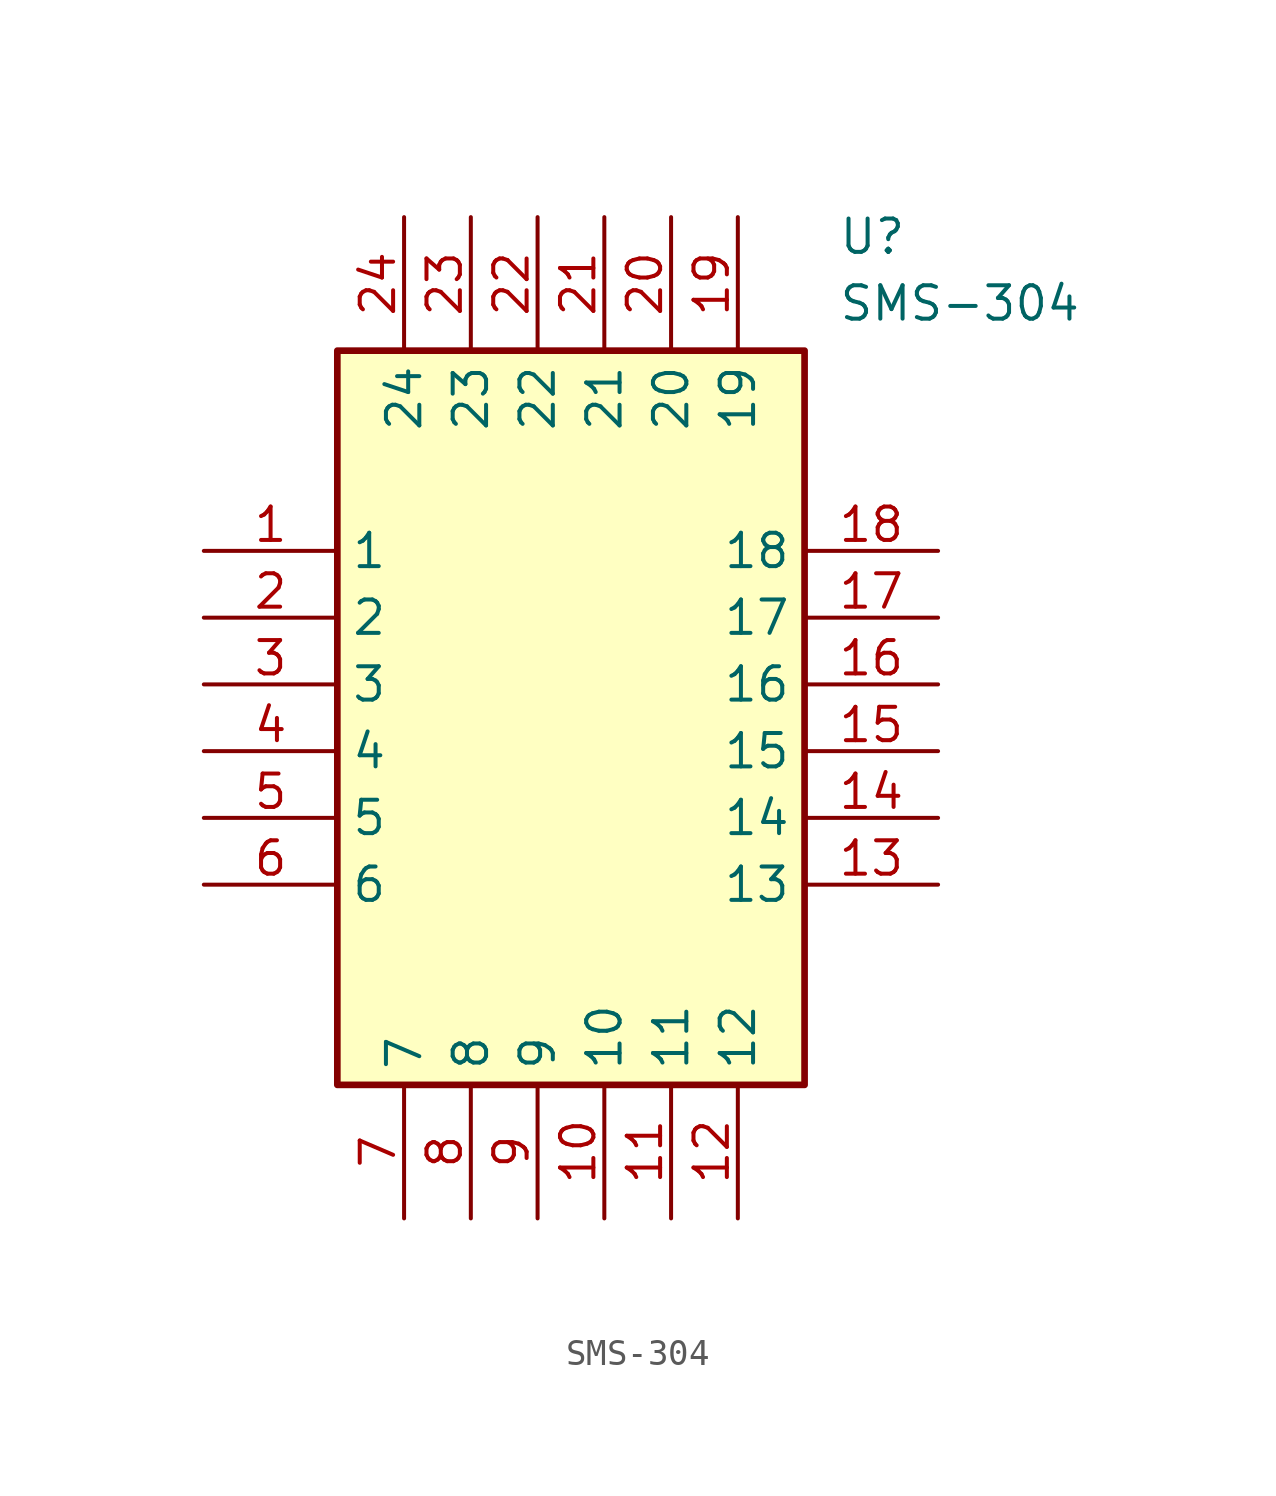
<source format=kicad_sym>
(kicad_symbol_lib
  (version 20211014)
  (generator SamacSys_ECAD_Model)
  (symbol "SMS-304"
    (property "Reference" "U"
      (at 24.13 12.7 0)
      (effects (font (size 1.27 1.27)) (justify left top)))
    (property "Value" "SMS-304"
      (at 24.13 10.16 0)
      (effects (font (size 1.27 1.27)) (justify left top)))
    (rectangle
      (start 5.08 7.62)
      (end 22.86 -20.32)
      (stroke (width 0.254) (type default))
      (fill (type background)))
    (pin passive line
      (at 0 0 0)
      (length 5.08)
      (name "1" (effects (font (size 1.27 1.27))))
      (number "1" (effects (font (size 1.27 1.27)))))
    (pin passive line
      (at 0 -2.54 0)
      (length 5.08)
      (name "2" (effects (font (size 1.27 1.27))))
      (number "2" (effects (font (size 1.27 1.27)))))
    (pin passive line
      (at 0 -5.08 0)
      (length 5.08)
      (name "3" (effects (font (size 1.27 1.27))))
      (number "3" (effects (font (size 1.27 1.27)))))
    (pin passive line
      (at 0 -7.62 0)
      (length 5.08)
      (name "4" (effects (font (size 1.27 1.27))))
      (number "4" (effects (font (size 1.27 1.27)))))
    (pin passive line
      (at 0 -10.16 0)
      (length 5.08)
      (name "5" (effects (font (size 1.27 1.27))))
      (number "5" (effects (font (size 1.27 1.27)))))
    (pin passive line
      (at 0 -12.7 0)
      (length 5.08)
      (name "6" (effects (font (size 1.27 1.27))))
      (number "6" (effects (font (size 1.27 1.27)))))
    (pin passive line
      (at 7.62 -25.4 90)
      (length 5.08)
      (name "7" (effects (font (size 1.27 1.27))))
      (number "7" (effects (font (size 1.27 1.27)))))
    (pin passive line
      (at 10.16 -25.4 90)
      (length 5.08)
      (name "8" (effects (font (size 1.27 1.27))))
      (number "8" (effects (font (size 1.27 1.27)))))
    (pin passive line
      (at 12.7 -25.4 90)
      (length 5.08)
      (name "9" (effects (font (size 1.27 1.27))))
      (number "9" (effects (font (size 1.27 1.27)))))
    (pin passive line
      (at 15.24 -25.4 90)
      (length 5.08)
      (name "10" (effects (font (size 1.27 1.27))))
      (number "10" (effects (font (size 1.27 1.27)))))
    (pin passive line
      (at 17.78 -25.4 90)
      (length 5.08)
      (name "11" (effects (font (size 1.27 1.27))))
      (number "11" (effects (font (size 1.27 1.27)))))
    (pin passive line
      (at 20.32 -25.4 90)
      (length 5.08)
      (name "12" (effects (font (size 1.27 1.27))))
      (number "12" (effects (font (size 1.27 1.27)))))
    (pin passive line
      (at 27.94 -12.7 180)
      (length 5.08)
      (name "13" (effects (font (size 1.27 1.27))))
      (number "13" (effects (font (size 1.27 1.27)))))
    (pin passive line
      (at 27.94 -10.16 180)
      (length 5.08)
      (name "14" (effects (font (size 1.27 1.27))))
      (number "14" (effects (font (size 1.27 1.27)))))
    (pin passive line
      (at 27.94 -7.62 180)
      (length 5.08)
      (name "15" (effects (font (size 1.27 1.27))))
      (number "15" (effects (font (size 1.27 1.27)))))
    (pin passive line
      (at 27.94 -5.08 180)
      (length 5.08)
      (name "16" (effects (font (size 1.27 1.27))))
      (number "16" (effects (font (size 1.27 1.27)))))
    (pin passive line
      (at 27.94 -2.54 180)
      (length 5.08)
      (name "17" (effects (font (size 1.27 1.27))))
      (number "17" (effects (font (size 1.27 1.27)))))
    (pin passive line
      (at 27.94 0 180)
      (length 5.08)
      (name "18" (effects (font (size 1.27 1.27))))
      (number "18" (effects (font (size 1.27 1.27)))))
    (pin passive line
      (at 20.32 12.7 270)
      (length 5.08)
      (name "19" (effects (font (size 1.27 1.27))))
      (number "19" (effects (font (size 1.27 1.27)))))
    (pin passive line
      (at 17.78 12.7 270)
      (length 5.08)
      (name "20" (effects (font (size 1.27 1.27))))
      (number "20" (effects (font (size 1.27 1.27)))))
    (pin passive line
      (at 15.24 12.7 270)
      (length 5.08)
      (name "21" (effects (font (size 1.27 1.27))))
      (number "21" (effects (font (size 1.27 1.27)))))
    (pin passive line
      (at 12.7 12.7 270)
      (length 5.08)
      (name "22" (effects (font (size 1.27 1.27))))
      (number "22" (effects (font (size 1.27 1.27)))))
    (pin passive line
      (at 10.16 12.7 270)
      (length 5.08)
      (name "23" (effects (font (size 1.27 1.27))))
      (number "23" (effects (font (size 1.27 1.27)))))
    (pin passive line
      (at 7.62 12.7 270)
      (length 5.08)
      (name "24" (effects (font (size 1.27 1.27))))
      (number "24" (effects (font (size 1.27 1.27)))))))
</source>
